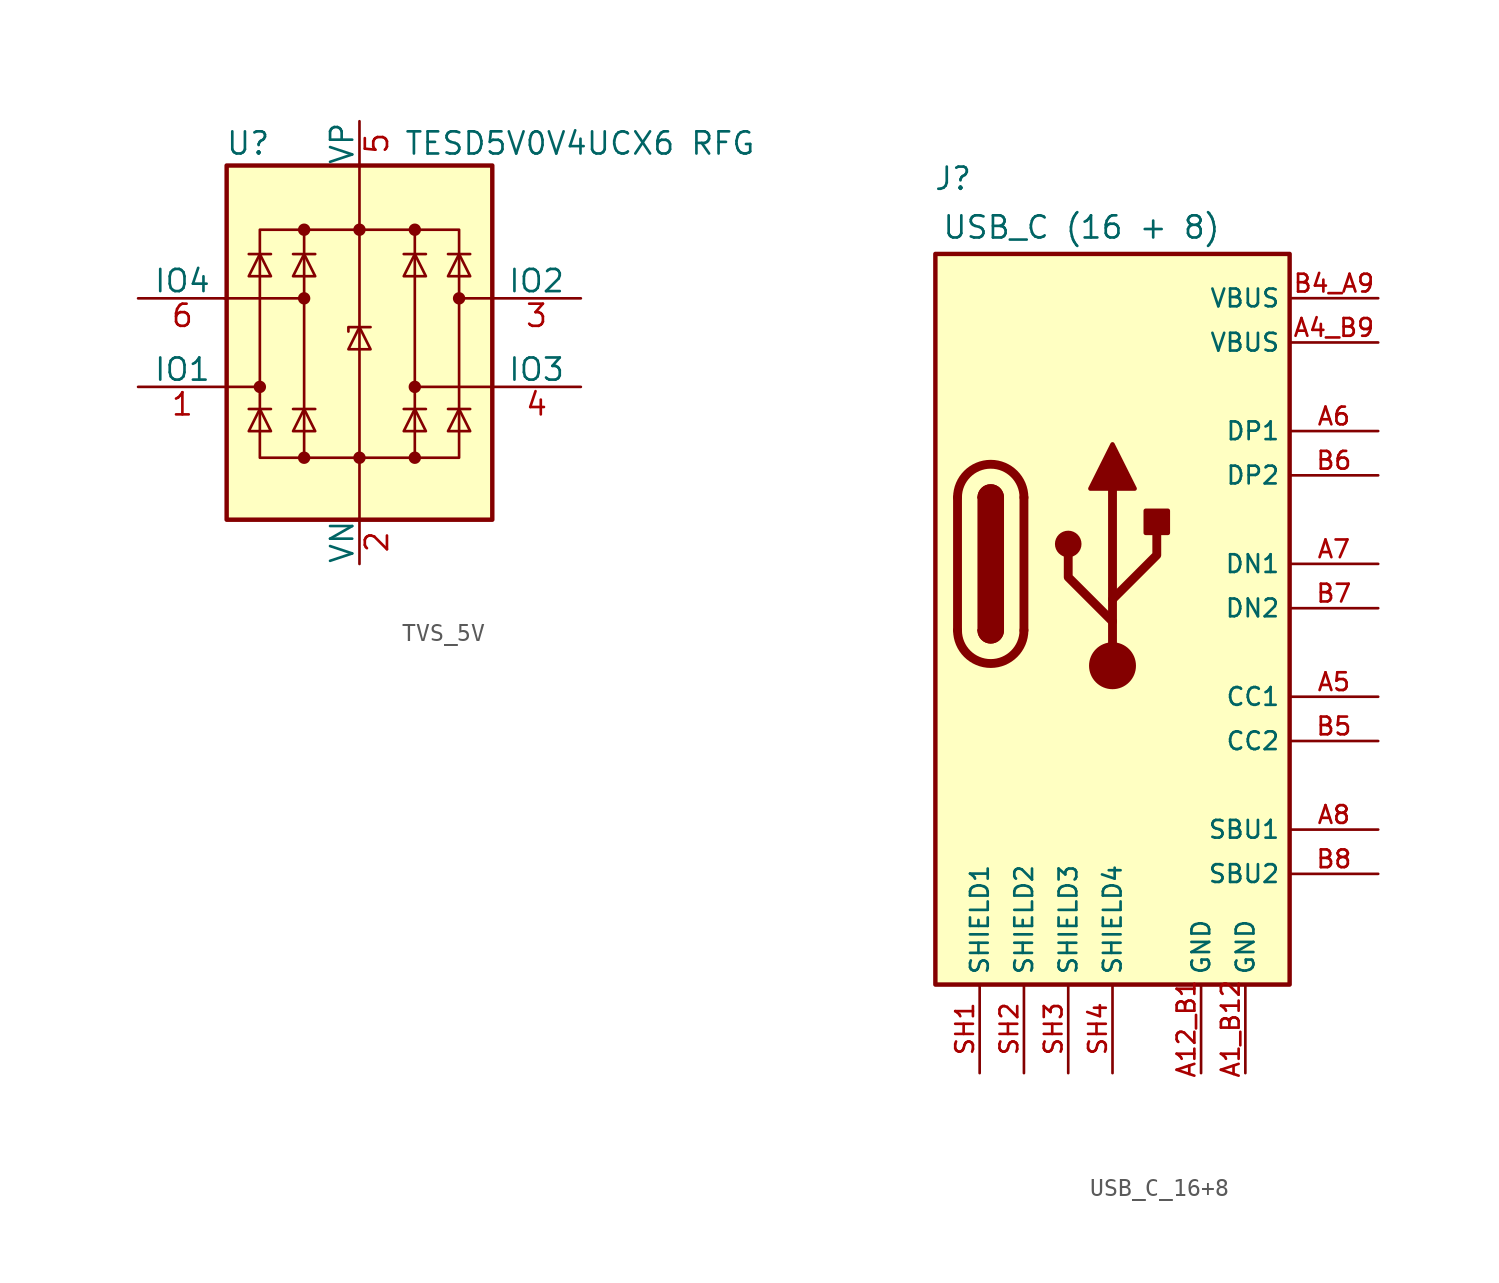
<source format=kicad_sym>
(kicad_symbol_lib
  (version 20241209)
  (generator "kicad_symbol_editor")
  (generator_version "9.0")
  (symbol "TVS_5V"
    (pin_names
      (offset 0))
    (property "Reference" "U"
      (at -5.08 11.43 0)
      (effects (font (size 1.27 1.27)) (justify right)))
    (property "Value" "TESD5V0V4UCX6 RFG"
      (at 2.54 11.43 0)
      (effects (font (size 1.27 1.27)) (justify left)))
    (symbol "TVS_5V_0_0"
      (rectangle (start -5.715 6.477) (end 5.715 -6.604) (stroke (width 0) (type default)) (fill (type none)))
      (polyline (pts (xy -3.175 -6.604) (xy -3.175 6.477)) (stroke (width 0) (type default)) (fill (type none)))
      (polyline (pts (xy 3.175 6.477) (xy 3.175 -6.604)) (stroke (width 0) (type default)) (fill (type none))))
    (symbol "TVS_5V_0_1"
      (polyline (pts (xy -7.747 2.54) (xy -3.175 2.54)) (stroke (width 0) (type default)) (fill (type none)))
      (rectangle (start -7.62 10.16) (end 7.62 -10.16) (stroke (width 0.254) (type default)) (fill (type background)))
      (polyline (pts (xy -7.62 -2.54) (xy -5.715 -2.54)) (stroke (width 0) (type default)) (fill (type none)))
      (circle (center -5.715 -2.54) (radius 0.279) (stroke (width 0) (type default)) (fill (type outline)))
      (polyline (pts (xy -5.08 5.08) (xy -6.35 5.08)) (stroke (width 0) (type default)) (fill (type none)))
      (polyline (pts (xy -5.08 3.81) (xy -6.35 3.81) (xy -5.715 5.08) (xy -5.08 3.81)) (stroke (width 0) (type default)) (fill (type none)))
      (polyline (pts (xy -5.08 -3.81) (xy -6.35 -3.81)) (stroke (width 0) (type default)) (fill (type none)))
      (polyline (pts (xy -5.08 -5.08) (xy -6.35 -5.08) (xy -5.715 -3.81) (xy -5.08 -5.08)) (stroke (width 0) (type default)) (fill (type none)))
      (circle (center -3.175 6.477) (radius 0.279) (stroke (width 0) (type default)) (fill (type outline)))
      (circle (center -3.175 2.54) (radius 0.279) (stroke (width 0) (type default)) (fill (type outline)))
      (circle (center -3.175 -6.604) (radius 0.279) (stroke (width 0) (type default)) (fill (type outline)))
      (polyline (pts (xy -2.54 5.08) (xy -3.81 5.08)) (stroke (width 0) (type default)) (fill (type none)))
      (polyline (pts (xy -2.54 3.81) (xy -3.81 3.81) (xy -3.175 5.08) (xy -2.54 3.81)) (stroke (width 0) (type default)) (fill (type none)))
      (polyline (pts (xy -2.54 -3.81) (xy -3.81 -3.81)) (stroke (width 0) (type default)) (fill (type none)))
      (polyline (pts (xy -2.54 -5.08) (xy -3.81 -5.08) (xy -3.175 -3.81) (xy -2.54 -5.08)) (stroke (width 0) (type default)) (fill (type none)))
      (polyline (pts (xy 0 10.16) (xy 0 -10.16)) (stroke (width 0) (type default)) (fill (type none)))
      (circle (center 0 6.477) (radius 0.279) (stroke (width 0) (type default)) (fill (type outline)))
      (circle (center 0 -6.604) (radius 0.279) (stroke (width 0) (type default)) (fill (type outline)))
      (polyline (pts (xy 0.635 0.889) (xy -0.635 0.889) (xy -0.635 0.635)) (stroke (width 0) (type default)) (fill (type none)))
      (polyline (pts (xy 0.635 -0.381) (xy -0.635 -0.381) (xy 0 0.889) (xy 0.635 -0.381)) (stroke (width 0) (type default)) (fill (type none)))
      (circle (center 3.175 6.477) (radius 0.279) (stroke (width 0) (type default)) (fill (type outline)))
      (circle (center 3.175 -2.54) (radius 0.279) (stroke (width 0) (type default)) (fill (type outline)))
      (circle (center 3.175 -6.604) (radius 0.279) (stroke (width 0) (type default)) (fill (type outline)))
      (polyline (pts (xy 3.81 5.08) (xy 2.54 5.08)) (stroke (width 0) (type default)) (fill (type none)))
      (polyline (pts (xy 3.81 3.81) (xy 2.54 3.81) (xy 3.175 5.08) (xy 3.81 3.81)) (stroke (width 0) (type default)) (fill (type none)))
      (polyline (pts (xy 3.81 -3.81) (xy 2.54 -3.81)) (stroke (width 0) (type default)) (fill (type none)))
      (polyline (pts (xy 3.81 -5.08) (xy 2.54 -5.08) (xy 3.175 -3.81) (xy 3.81 -5.08)) (stroke (width 0) (type default)) (fill (type none)))
      (circle (center 5.715 2.54) (radius 0.279) (stroke (width 0) (type default)) (fill (type outline)))
      (polyline (pts (xy 6.35 5.08) (xy 5.08 5.08)) (stroke (width 0) (type default)) (fill (type none)))
      (polyline (pts (xy 6.35 3.81) (xy 5.08 3.81) (xy 5.715 5.08) (xy 6.35 3.81)) (stroke (width 0) (type default)) (fill (type none)))
      (polyline (pts (xy 6.35 -3.81) (xy 5.08 -3.81)) (stroke (width 0) (type default)) (fill (type none)))
      (polyline (pts (xy 6.35 -5.08) (xy 5.08 -5.08) (xy 5.715 -3.81) (xy 6.35 -5.08)) (stroke (width 0) (type default)) (fill (type none)))
      (polyline (pts (xy 7.62 2.54) (xy 5.715 2.54)) (stroke (width 0) (type default)) (fill (type none)))
      (polyline (pts (xy 7.62 -2.54) (xy 3.175 -2.54)) (stroke (width 0) (type default)) (fill (type none))))
    (symbol "TVS_5V_1_1"
      (pin passive line (at -12.7 2.54 0) (length 5.08) (name "IO4" (effects (font (size 1.27 1.27)))) (number "6" (effects (font (size 1.27 1.27)))))
      (pin passive line (at -12.7 -2.54 0) (length 5.08) (name "IO1" (effects (font (size 1.27 1.27)))) (number "1" (effects (font (size 1.27 1.27)))))
      (pin passive line (at 0 12.7 270) (length 2.54) (name "VP" (effects (font (size 1.27 1.27)))) (number "5" (effects (font (size 1.27 1.27)))))
      (pin passive line (at 0 -12.7 90) (length 2.54) (name "VN" (effects (font (size 1.27 1.27)))) (number "2" (effects (font (size 1.27 1.27)))))
      (pin passive line (at 12.7 2.54 180) (length 5.08) (name "IO2" (effects (font (size 1.27 1.27)))) (number "3" (effects (font (size 1.27 1.27)))))
      (pin passive line (at 12.7 -2.54 180) (length 5.08) (name "IO3" (effects (font (size 1.27 1.27)))) (number "4" (effects (font (size 1.27 1.27)))))))
  (symbol "USB_C_16+8"
    (property "Reference" "J"
      (at 1.016 4.318 0)
      (effects (font (size 1.27 1.27))))
    (property "Value" "USB_C (16 + 8)"
      (at 8.382 1.524 0)
      (effects (font (size 1.27 1.27))))
    (symbol "USB_C_16+8_0_0"
      (pin passive line (at 17.78 -46.99 90) (length 5.08) (name "GND" (effects (font (size 1.016 1.016)))) (number "A1_B12" (effects (font (size 1.016 1.016)))))
      (pin passive line (at 25.4 -5.08 180) (length 5.08) (name "VBUS" (effects (font (size 1.016 1.016)))) (number "A4_B9" (effects (font (size 1.016 1.016)))))
      (pin passive line (at 25.4 -12.7 180) (length 5.08) (name "DP2" (effects (font (size 1.016 1.016)))) (number "B6" (effects (font (size 1.016 1.016)))))
      (pin passive line (at 25.4 -17.78 180) (length 5.08) (name "DN1" (effects (font (size 1.016 1.016)))) (number "A7" (effects (font (size 1.016 1.016)))))
      (pin passive line (at 25.4 -20.32 180) (length 5.08) (name "DN2" (effects (font (size 1.016 1.016)))) (number "B7" (effects (font (size 1.016 1.016)))))
      (pin passive line (at 25.4 -25.4 180) (length 5.08) (name "CC1" (effects (font (size 1.016 1.016)))) (number "A5" (effects (font (size 1.016 1.016)))))
      (pin passive line (at 25.4 -27.94 180) (length 5.08) (name "CC2" (effects (font (size 1.016 1.016)))) (number "B5" (effects (font (size 1.016 1.016)))))
      (pin passive line (at 25.4 -33.02 180) (length 5.08) (name "SBU1" (effects (font (size 1.016 1.016)))) (number "A8" (effects (font (size 1.016 1.016)))))
      (pin passive line (at 25.4 -35.56 180) (length 5.08) (name "SBU2" (effects (font (size 1.016 1.016)))) (number "B8" (effects (font (size 1.016 1.016))))))
    (symbol "USB_C_16+8_0_1"
      (rectangle (start 0 0) (end 20.32 -41.91) (stroke (width 0.254) (type default)) (fill (type background)))
      (polyline (pts (xy 1.27 -21.59) (xy 1.27 -13.97)) (stroke (width 0.508) (type default)) (fill (type none)))
      (rectangle (start 2.54 -21.59) (end 3.81 -13.97) (stroke (width 0.254) (type default)) (fill (type outline)))
      (arc (start 2.54 -13.97) (mid 3.175 -13.3377) (end 3.81 -13.97) (stroke (width 0.254) (type default)) (fill (type none)))
      (arc (start 2.54 -13.97) (mid 3.175 -13.3377) (end 3.81 -13.97) (stroke (width 0.254) (type default)) (fill (type outline)))
      (arc (start 1.27 -13.97) (mid 3.175 -12.0733) (end 5.08 -13.97) (stroke (width 0.508) (type default)) (fill (type none)))
      (arc (start 5.08 -21.59) (mid 3.175 -23.4867) (end 1.27 -21.59) (stroke (width 0.508) (type default)) (fill (type none)))
      (arc (start 3.81 -21.59) (mid 3.175 -22.2223) (end 2.54 -21.59) (stroke (width 0.254) (type default)) (fill (type none)))
      (arc (start 3.81 -21.59) (mid 3.175 -22.2223) (end 2.54 -21.59) (stroke (width 0.254) (type default)) (fill (type outline)))
      (polyline (pts (xy 5.08 -13.97) (xy 5.08 -21.59)) (stroke (width 0.508) (type default)) (fill (type none)))
      (circle (center 7.62 -16.637) (radius 0.635) (stroke (width 0.254) (type default)) (fill (type outline)))
      (polyline (pts (xy 8.89 -13.462) (xy 10.16 -10.922) (xy 11.43 -13.462) (xy 8.89 -13.462)) (stroke (width 0.254) (type default)) (fill (type outline)))
      (polyline (pts (xy 10.16 -19.812) (xy 12.7 -17.272) (xy 12.7 -16.002)) (stroke (width 0.508) (type default)) (fill (type none)))
      (polyline (pts (xy 10.16 -21.082) (xy 7.62 -18.542) (xy 7.62 -17.272)) (stroke (width 0.508) (type default)) (fill (type none)))
      (polyline (pts (xy 10.16 -23.622) (xy 10.16 -13.462)) (stroke (width 0.508) (type default)) (fill (type none)))
      (circle (center 10.16 -23.622) (radius 1.27) (stroke (width 0) (type default)) (fill (type outline)))
      (rectangle (start 12.065 -16.002) (end 13.335 -14.732) (stroke (width 0.254) (type default)) (fill (type outline))))
    (symbol "USB_C_16+8_1_0"
      (pin passive line (at 2.54 -46.99 90) (length 5.08) (name "SHIELD1" (effects (font (size 1.016 1.016)))) (number "SH1" (effects (font (size 1.016 1.016)))))
      (pin passive line (at 5.08 -46.99 90) (length 5.08) (name "SHIELD2" (effects (font (size 1.016 1.016)))) (number "SH2" (effects (font (size 1.016 1.016)))))
      (pin passive line (at 7.62 -46.99 90) (length 5.08) (name "SHIELD3" (effects (font (size 1.016 1.016)))) (number "SH3" (effects (font (size 1.016 1.016)))))
      (pin passive line (at 10.16 -46.99 90) (length 5.08) (name "SHIELD4" (effects (font (size 1.016 1.016)))) (number "SH4" (effects (font (size 1.016 1.016)))))
      (pin passive line (at 15.24 -46.99 90) (length 5.08) (name "GND" (effects (font (size 1.016 1.016)))) (number "A12_B1" (effects (font (size 1.016 1.016)))))
      (pin passive line (at 25.4 -2.54 180) (length 5.08) (name "VBUS" (effects (font (size 1.016 1.016)))) (number "B4_A9" (effects (font (size 1.016 1.016)))))
      (pin passive line (at 25.4 -10.16 180) (length 5.08) (name "DP1" (effects (font (size 1.016 1.016)))) (number "A6" (effects (font (size 1.016 1.016))))))))
</source>
